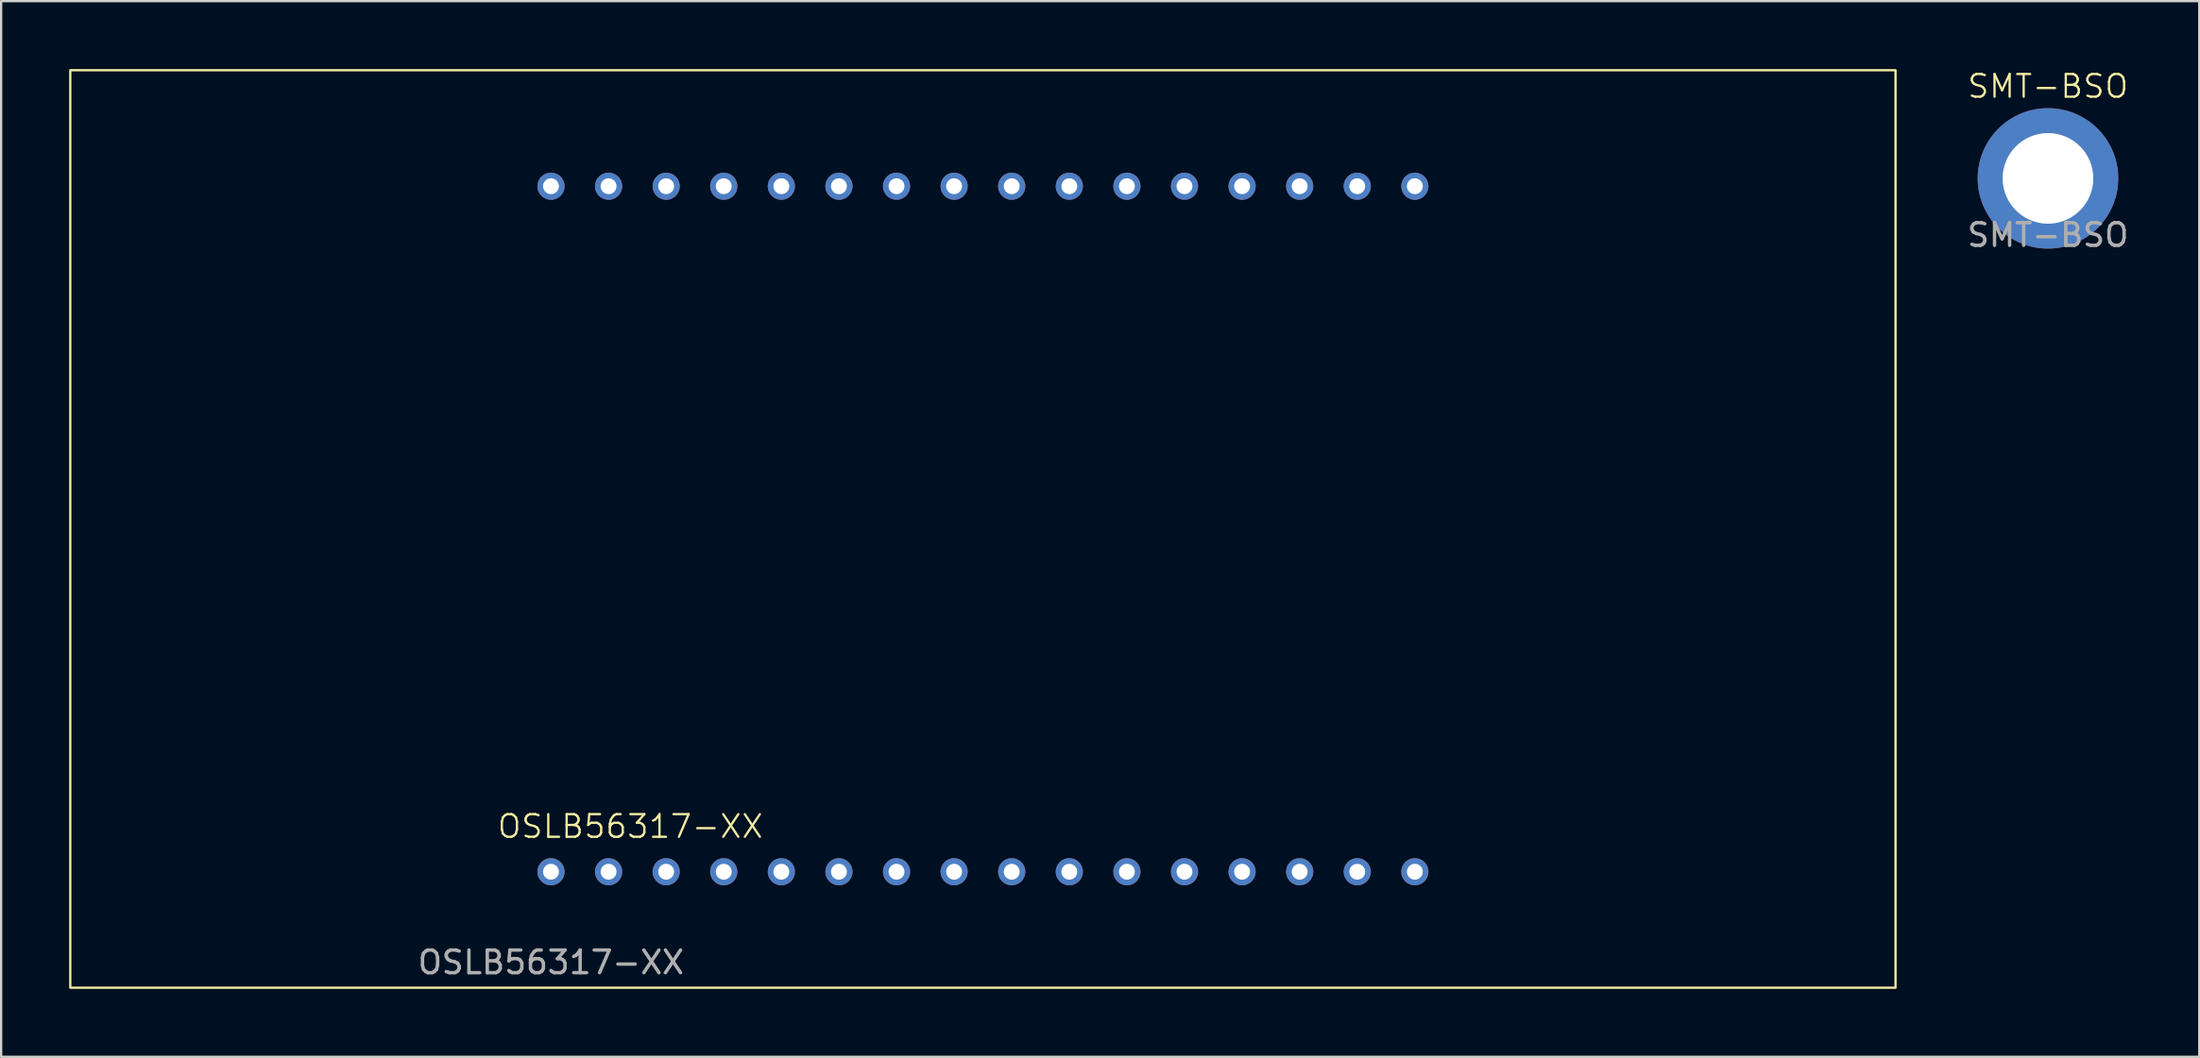
<source format=kicad_pcb>
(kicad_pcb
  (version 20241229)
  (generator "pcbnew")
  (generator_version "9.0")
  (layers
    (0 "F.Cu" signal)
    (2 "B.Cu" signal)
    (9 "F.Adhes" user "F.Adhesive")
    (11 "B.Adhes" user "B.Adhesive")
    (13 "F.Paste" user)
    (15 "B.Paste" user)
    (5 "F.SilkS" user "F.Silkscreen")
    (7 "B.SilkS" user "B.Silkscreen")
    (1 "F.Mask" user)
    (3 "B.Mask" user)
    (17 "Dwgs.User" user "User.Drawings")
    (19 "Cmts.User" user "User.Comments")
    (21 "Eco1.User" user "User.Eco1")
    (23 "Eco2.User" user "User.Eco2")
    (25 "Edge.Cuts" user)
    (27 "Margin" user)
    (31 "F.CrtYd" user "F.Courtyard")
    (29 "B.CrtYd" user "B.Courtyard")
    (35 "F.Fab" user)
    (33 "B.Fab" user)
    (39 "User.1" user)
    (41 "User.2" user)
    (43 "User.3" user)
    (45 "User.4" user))
  (footprint "SMT-BSO"
    (layer "F.Cu")
    (at 87.273 4.824)
    (property "Reference" "SMT-BSO" (at 0 -4.064 0) (unlocked yes) (layer "F.SilkS") (effects (font (size 1 1) (thickness 0.1))))
    (attr through_hole)
    (fp_text user "${REFERENCE}" (at 0 2.5 0) (unlocked yes) (layer "F.Fab") (effects (font (size 1 1) (thickness 0.15))))
    (pad "1" thru_hole circle (at 0 0) (size 6.2 6.2) (drill 4) (layers "*.Cu" "*.Mask")))
  (footprint "OSLB56317-XX"
    (layer "F.Cu")
    (at 40.3 20.3)
    (property "Reference" "OSLB56317-XX" (at -15.55 13.13 0) (unlocked yes) (layer "F.SilkS") (effects (font (size 1 1) (thickness 0.1))))
    (attr through_hole)
    (fp_rect (start -40.25 -20.25) (end 40.25 20.25) (stroke (width 0.1) (type default)) (fill no) (layer "F.SilkS"))
    (fp_text user "${REFERENCE}" (at -19.05 19.13 0) (unlocked yes) (layer "F.Fab") (effects (font (size 1 1) (thickness 0.15))))
    (pad "1" thru_hole circle (at -19.05 15.13) (size 1.2 1.2) (drill 0.7) (layers "*.Cu" "*.Mask"))
    (pad "2" thru_hole circle (at -16.51 15.13) (size 1.2 1.2) (drill 0.7) (layers "*.Cu" "*.Mask"))
    (pad "3" thru_hole circle (at -13.97 15.13) (size 1.2 1.2) (drill 0.7) (layers "*.Cu" "*.Mask"))
    (pad "4" thru_hole circle (at -11.43 15.13) (size 1.2 1.2) (drill 0.7) (layers "*.Cu" "*.Mask"))
    (pad "5" thru_hole circle (at -8.89 15.13) (size 1.2 1.2) (drill 0.7) (layers "*.Cu" "*.Mask"))
    (pad "6" thru_hole circle (at -6.35 15.13) (size 1.2 1.2) (drill 0.7) (layers "*.Cu" "*.Mask"))
    (pad "7" thru_hole circle (at -3.81 15.13) (size 1.2 1.2) (drill 0.7) (layers "*.Cu" "*.Mask"))
    (pad "8" thru_hole circle (at -1.27 15.13) (size 1.2 1.2) (drill 0.7) (layers "*.Cu" "*.Mask"))
    (pad "9" thru_hole circle (at 1.27 15.13) (size 1.2 1.2) (drill 0.7) (layers "*.Cu" "*.Mask"))
    (pad "10" thru_hole circle (at 3.81 15.13) (size 1.2 1.2) (drill 0.7) (layers "*.Cu" "*.Mask"))
    (pad "11" thru_hole circle (at 6.35 15.13) (size 1.2 1.2) (drill 0.7) (layers "*.Cu" "*.Mask"))
    (pad "12" thru_hole circle (at 8.89 15.13) (size 1.2 1.2) (drill 0.7) (layers "*.Cu" "*.Mask"))
    (pad "13" thru_hole circle (at 11.43 15.13) (size 1.2 1.2) (drill 0.7) (layers "*.Cu" "*.Mask"))
    (pad "14" thru_hole circle (at 13.97 15.13) (size 1.2 1.2) (drill 0.7) (layers "*.Cu" "*.Mask"))
    (pad "15" thru_hole circle (at 16.51 15.13) (size 1.2 1.2) (drill 0.7) (layers "*.Cu" "*.Mask"))
    (pad "16" thru_hole circle (at 19.05 15.13) (size 1.2 1.2) (drill 0.7) (layers "*.Cu" "*.Mask"))
    (pad "17" thru_hole circle (at 19.05 -15.13) (size 1.2 1.2) (drill 0.7) (layers "*.Cu" "*.Mask"))
    (pad "18" thru_hole circle (at 16.51 -15.13) (size 1.2 1.2) (drill 0.7) (layers "*.Cu" "*.Mask"))
    (pad "19" thru_hole circle (at 13.97 -15.13) (size 1.2 1.2) (drill 0.7) (layers "*.Cu" "*.Mask"))
    (pad "20" thru_hole circle (at 11.43 -15.13) (size 1.2 1.2) (drill 0.7) (layers "*.Cu" "*.Mask"))
    (pad "21" thru_hole circle (at 8.89 -15.13) (size 1.2 1.2) (drill 0.7) (layers "*.Cu" "*.Mask"))
    (pad "22" thru_hole circle (at 6.35 -15.13) (size 1.2 1.2) (drill 0.7) (layers "*.Cu" "*.Mask"))
    (pad "23" thru_hole circle (at 3.81 -15.13) (size 1.2 1.2) (drill 0.7) (layers "*.Cu" "*.Mask"))
    (pad "24" thru_hole circle (at 1.27 -15.13) (size 1.2 1.2) (drill 0.7) (layers "*.Cu" "*.Mask"))
    (pad "25" thru_hole circle (at -1.27 -15.13) (size 1.2 1.2) (drill 0.7) (layers "*.Cu" "*.Mask"))
    (pad "26" thru_hole circle (at -3.81 -15.13) (size 1.2 1.2) (drill 0.7) (layers "*.Cu" "*.Mask"))
    (pad "27" thru_hole circle (at -6.35 -15.13) (size 1.2 1.2) (drill 0.7) (layers "*.Cu" "*.Mask"))
    (pad "28" thru_hole circle (at -8.89 -15.13) (size 1.2 1.2) (drill 0.7) (layers "*.Cu" "*.Mask"))
    (pad "29" thru_hole circle (at -11.43 -15.13) (size 1.2 1.2) (drill 0.7) (layers "*.Cu" "*.Mask"))
    (pad "30" thru_hole circle (at -13.97 -15.13) (size 1.2 1.2) (drill 0.7) (layers "*.Cu" "*.Mask"))
    (pad "31" thru_hole circle (at -16.51 -15.13) (size 1.2 1.2) (drill 0.7) (layers "*.Cu" "*.Mask"))
    (pad "32" thru_hole circle (at -19.05 -15.13) (size 1.2 1.2) (drill 0.7) (layers "*.Cu" "*.Mask")))
  (gr_rect
    (start -3 -3)
    (end 93.945 43.6)
    (stroke (width 0.1) (type default))
    (fill no)
    (layer "Edge.Cuts")))
</source>
